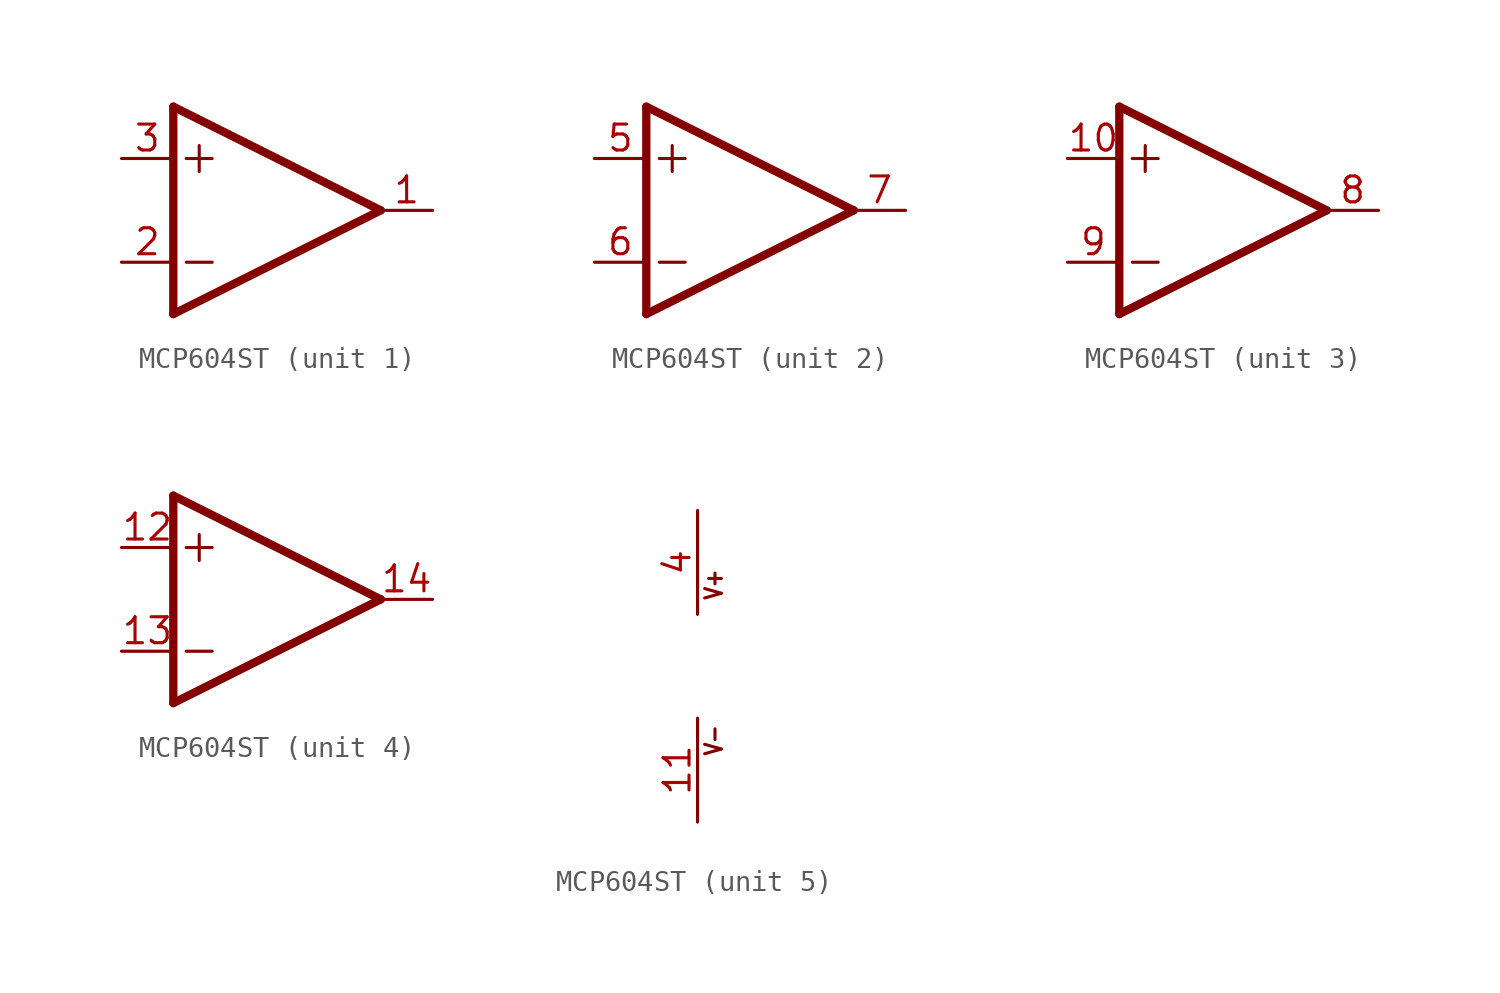
<source format=kicad_sym>
(kicad_symbol_lib
  (version 20220331)
  (generator kicad_symbol_editor)
  (symbol "MCP604ST"
    (property "Reference" "IC"
      (at 2.54 3.175 0)
      (effects (font (size 1.778 1.511)) (justify left bottom) hide))
    (property "ki_locked" ""
      (at 0 0 0)
      (effects (font (size 1.27 1.27))))
    (symbol "MCP604ST_1_0"
      (polyline (pts (xy -5.08 -5.08) (xy 5.08 0)) (stroke (width 0.406) (type solid)) (fill (type none)))
      (polyline (pts (xy -5.08 5.08) (xy -5.08 -5.08)) (stroke (width 0.406) (type solid)) (fill (type none)))
      (polyline (pts (xy -4.445 -2.54) (xy -3.175 -2.54)) (stroke (width 0.152) (type solid)) (fill (type none)))
      (polyline (pts (xy -4.445 2.54) (xy -3.175 2.54)) (stroke (width 0.152) (type solid)) (fill (type none)))
      (polyline (pts (xy -3.81 3.175) (xy -3.81 1.905)) (stroke (width 0.152) (type solid)) (fill (type none)))
      (polyline (pts (xy 5.08 0) (xy -5.08 5.08)) (stroke (width 0.406) (type solid)) (fill (type none)))
      (pin output line (at 7.62 0 180) (length 2.54) (name "OUT" (effects (font (size 0 0)))) (number "1" (effects (font (size 1.27 1.27)))))
      (pin input line (at -7.62 -2.54 0) (length 2.54) (name "-IN" (effects (font (size 0 0)))) (number "2" (effects (font (size 1.27 1.27)))))
      (pin input line (at -7.62 2.54 0) (length 2.54) (name "+IN" (effects (font (size 0 0)))) (number "3" (effects (font (size 1.27 1.27))))))
    (symbol "MCP604ST_2_0"
      (polyline (pts (xy -5.08 -5.08) (xy 5.08 0)) (stroke (width 0.406) (type solid)) (fill (type none)))
      (polyline (pts (xy -5.08 5.08) (xy -5.08 -5.08)) (stroke (width 0.406) (type solid)) (fill (type none)))
      (polyline (pts (xy -4.445 -2.54) (xy -3.175 -2.54)) (stroke (width 0.152) (type solid)) (fill (type none)))
      (polyline (pts (xy -4.445 2.54) (xy -3.175 2.54)) (stroke (width 0.152) (type solid)) (fill (type none)))
      (polyline (pts (xy -3.81 3.175) (xy -3.81 1.905)) (stroke (width 0.152) (type solid)) (fill (type none)))
      (polyline (pts (xy 5.08 0) (xy -5.08 5.08)) (stroke (width 0.406) (type solid)) (fill (type none)))
      (pin input line (at -7.62 2.54 0) (length 2.54) (name "+IN" (effects (font (size 0 0)))) (number "5" (effects (font (size 1.27 1.27)))))
      (pin input line (at -7.62 -2.54 0) (length 2.54) (name "-IN" (effects (font (size 0 0)))) (number "6" (effects (font (size 1.27 1.27)))))
      (pin output line (at 7.62 0 180) (length 2.54) (name "OUT" (effects (font (size 0 0)))) (number "7" (effects (font (size 1.27 1.27))))))
    (symbol "MCP604ST_3_0"
      (polyline (pts (xy -5.08 -5.08) (xy 5.08 0)) (stroke (width 0.406) (type solid)) (fill (type none)))
      (polyline (pts (xy -5.08 5.08) (xy -5.08 -5.08)) (stroke (width 0.406) (type solid)) (fill (type none)))
      (polyline (pts (xy -4.445 -2.54) (xy -3.175 -2.54)) (stroke (width 0.152) (type solid)) (fill (type none)))
      (polyline (pts (xy -4.445 2.54) (xy -3.175 2.54)) (stroke (width 0.152) (type solid)) (fill (type none)))
      (polyline (pts (xy -3.81 3.175) (xy -3.81 1.905)) (stroke (width 0.152) (type solid)) (fill (type none)))
      (polyline (pts (xy 5.08 0) (xy -5.08 5.08)) (stroke (width 0.406) (type solid)) (fill (type none)))
      (pin input line (at -7.62 2.54 0) (length 2.54) (name "+IN" (effects (font (size 0 0)))) (number "10" (effects (font (size 1.27 1.27)))))
      (pin output line (at 7.62 0 180) (length 2.54) (name "OUT" (effects (font (size 0 0)))) (number "8" (effects (font (size 1.27 1.27)))))
      (pin input line (at -7.62 -2.54 0) (length 2.54) (name "-IN" (effects (font (size 0 0)))) (number "9" (effects (font (size 1.27 1.27))))))
    (symbol "MCP604ST_4_0"
      (polyline (pts (xy -5.08 -5.08) (xy 5.08 0)) (stroke (width 0.406) (type solid)) (fill (type none)))
      (polyline (pts (xy -5.08 5.08) (xy -5.08 -5.08)) (stroke (width 0.406) (type solid)) (fill (type none)))
      (polyline (pts (xy -4.445 -2.54) (xy -3.175 -2.54)) (stroke (width 0.152) (type solid)) (fill (type none)))
      (polyline (pts (xy -4.445 2.54) (xy -3.175 2.54)) (stroke (width 0.152) (type solid)) (fill (type none)))
      (polyline (pts (xy -3.81 3.175) (xy -3.81 1.905)) (stroke (width 0.152) (type solid)) (fill (type none)))
      (polyline (pts (xy 5.08 0) (xy -5.08 5.08)) (stroke (width 0.406) (type solid)) (fill (type none)))
      (pin input line (at -7.62 2.54 0) (length 2.54) (name "+IN" (effects (font (size 0 0)))) (number "12" (effects (font (size 1.27 1.27)))))
      (pin input line (at -7.62 -2.54 0) (length 2.54) (name "-IN" (effects (font (size 0 0)))) (number "13" (effects (font (size 1.27 1.27)))))
      (pin output line (at 7.62 0 180) (length 2.54) (name "OUT" (effects (font (size 0 0)))) (number "14" (effects (font (size 1.27 1.27))))))
    (symbol "MCP604ST_5_0"
      (text "V+" (at 1.27 3.175 900) (effects (font (size 0.813 0.691)) (justify left bottom)))
      (text "V-" (at 1.27 -4.445 900) (effects (font (size 0.813 0.691)) (justify left bottom)))
      (pin power_in line (at 0 -7.62 90) (length 5.08) (name "V-" (effects (font (size 0 0)))) (number "11" (effects (font (size 1.27 1.27)))))
      (pin power_in line (at 0 7.62 270) (length 5.08) (name "V+" (effects (font (size 0 0)))) (number "4" (effects (font (size 1.27 1.27))))))))
</source>
